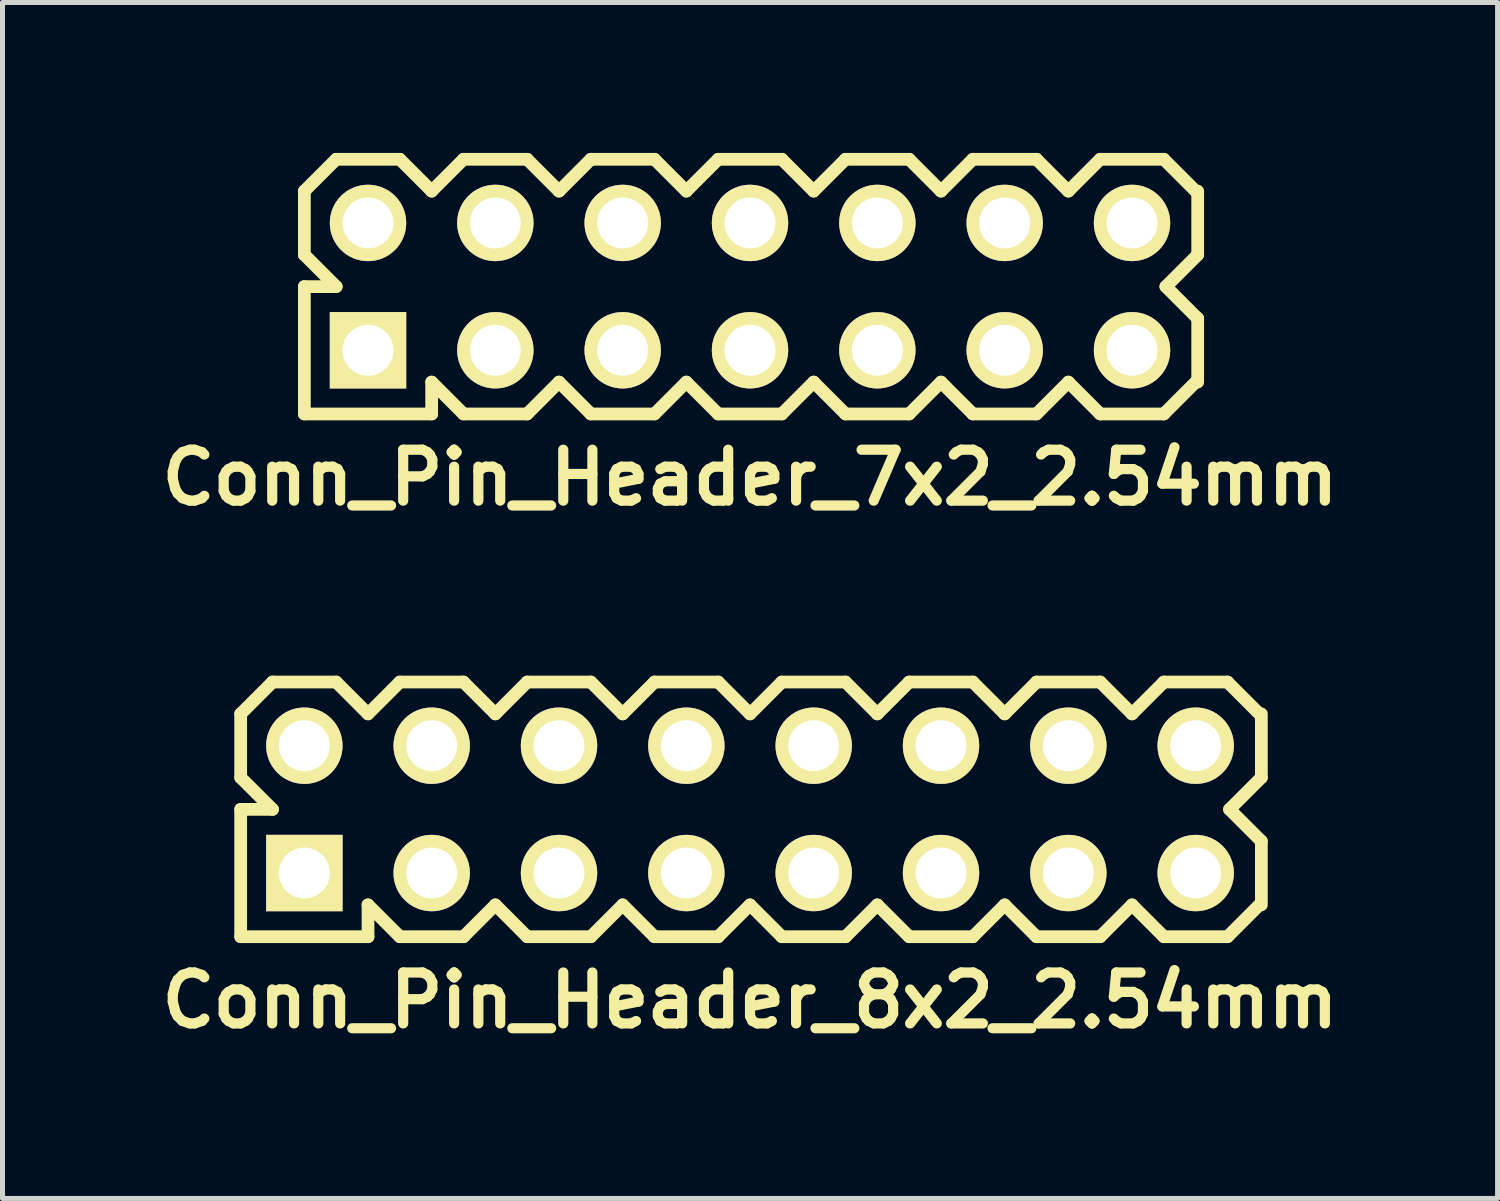
<source format=kicad_pcb>
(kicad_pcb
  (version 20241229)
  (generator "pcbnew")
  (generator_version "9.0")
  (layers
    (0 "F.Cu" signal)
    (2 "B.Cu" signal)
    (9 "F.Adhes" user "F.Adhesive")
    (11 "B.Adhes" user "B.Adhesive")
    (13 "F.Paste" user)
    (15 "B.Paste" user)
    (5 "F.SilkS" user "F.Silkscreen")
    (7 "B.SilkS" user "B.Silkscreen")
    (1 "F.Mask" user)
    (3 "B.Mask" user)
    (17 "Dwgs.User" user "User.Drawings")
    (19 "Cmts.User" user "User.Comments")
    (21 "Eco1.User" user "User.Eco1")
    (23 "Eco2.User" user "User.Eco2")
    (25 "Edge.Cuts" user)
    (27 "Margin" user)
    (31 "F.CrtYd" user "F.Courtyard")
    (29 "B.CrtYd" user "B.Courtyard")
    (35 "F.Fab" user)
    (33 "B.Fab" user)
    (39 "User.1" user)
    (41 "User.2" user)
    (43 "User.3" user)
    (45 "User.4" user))
  (footprint "Conn_Pin_Header_8x2_2.54mm"
    (layer "F.Cu")
    (at 11.911 13.095)
    (property "Reference" "Conn_Pin_Header_8x2_2.54mm" (at 0 3.81 0) (layer "F.SilkS") (effects (font (size 1.016 1.016) (thickness 0.203))))
    (attr through_hole)
    (fp_line (start -10.16 -1.905) (end -9.525 -2.54) (stroke (width 0.254) (type solid)) (layer "F.SilkS"))
    (fp_line (start -10.16 -0.635) (end -10.16 -1.905) (stroke (width 0.254) (type solid)) (layer "F.SilkS"))
    (fp_line (start -10.16 0) (end -9.525 0) (stroke (width 0.254) (type solid)) (layer "F.SilkS"))
    (fp_line (start -10.16 2.54) (end -10.16 0) (stroke (width 0.254) (type solid)) (layer "F.SilkS"))
    (fp_line (start -9.525 -2.54) (end -8.255 -2.54) (stroke (width 0.254) (type solid)) (layer "F.SilkS"))
    (fp_line (start -9.525 0) (end -10.16 -0.635) (stroke (width 0.254) (type solid)) (layer "F.SilkS"))
    (fp_line (start -8.255 -2.54) (end -7.62 -1.905) (stroke (width 0.254) (type solid)) (layer "F.SilkS"))
    (fp_line (start -7.62 -1.905) (end -6.985 -2.54) (stroke (width 0.254) (type solid)) (layer "F.SilkS"))
    (fp_line (start -7.62 2.54) (end -10.16 2.54) (stroke (width 0.254) (type solid)) (layer "F.SilkS"))
    (fp_line (start -7.62 2.54) (end -7.62 1.905) (stroke (width 0.254) (type solid)) (layer "F.SilkS"))
    (fp_line (start -6.985 -2.54) (end -5.715 -2.54) (stroke (width 0.254) (type solid)) (layer "F.SilkS"))
    (fp_line (start -6.985 2.54) (end -7.62 1.905) (stroke (width 0.254) (type solid)) (layer "F.SilkS"))
    (fp_line (start -5.715 -2.54) (end -5.08 -1.905) (stroke (width 0.254) (type solid)) (layer "F.SilkS"))
    (fp_line (start -5.715 2.54) (end -6.985 2.54) (stroke (width 0.254) (type solid)) (layer "F.SilkS"))
    (fp_line (start -5.08 -1.905) (end -4.445 -2.54) (stroke (width 0.254) (type solid)) (layer "F.SilkS"))
    (fp_line (start -5.08 1.905) (end -5.715 2.54) (stroke (width 0.254) (type solid)) (layer "F.SilkS"))
    (fp_line (start -4.445 -2.54) (end -3.175 -2.54) (stroke (width 0.254) (type solid)) (layer "F.SilkS"))
    (fp_line (start -4.445 2.54) (end -5.08 1.905) (stroke (width 0.254) (type solid)) (layer "F.SilkS"))
    (fp_line (start -3.175 -2.54) (end -2.54 -1.905) (stroke (width 0.254) (type solid)) (layer "F.SilkS"))
    (fp_line (start -3.175 2.54) (end -4.445 2.54) (stroke (width 0.254) (type solid)) (layer "F.SilkS"))
    (fp_line (start -2.54 -1.905) (end -1.905 -2.54) (stroke (width 0.254) (type solid)) (layer "F.SilkS"))
    (fp_line (start -2.54 1.905) (end -3.175 2.54) (stroke (width 0.254) (type solid)) (layer "F.SilkS"))
    (fp_line (start -1.905 -2.54) (end -0.635 -2.54) (stroke (width 0.254) (type solid)) (layer "F.SilkS"))
    (fp_line (start -1.905 2.54) (end -2.54 1.905) (stroke (width 0.254) (type solid)) (layer "F.SilkS"))
    (fp_line (start -0.635 -2.54) (end 0 -1.905) (stroke (width 0.254) (type solid)) (layer "F.SilkS"))
    (fp_line (start -0.635 2.54) (end -1.905 2.54) (stroke (width 0.254) (type solid)) (layer "F.SilkS"))
    (fp_line (start 0 -1.905) (end 0.635 -2.54) (stroke (width 0.254) (type solid)) (layer "F.SilkS"))
    (fp_line (start 0 1.905) (end -0.635 2.54) (stroke (width 0.254) (type solid)) (layer "F.SilkS"))
    (fp_line (start 0.635 -2.54) (end 1.905 -2.54) (stroke (width 0.254) (type solid)) (layer "F.SilkS"))
    (fp_line (start 0.635 2.54) (end 0 1.905) (stroke (width 0.254) (type solid)) (layer "F.SilkS"))
    (fp_line (start 1.905 -2.54) (end 2.54 -1.905) (stroke (width 0.254) (type solid)) (layer "F.SilkS"))
    (fp_line (start 1.905 2.54) (end 0.635 2.54) (stroke (width 0.254) (type solid)) (layer "F.SilkS"))
    (fp_line (start 2.54 -1.905) (end 3.175 -2.54) (stroke (width 0.254) (type solid)) (layer "F.SilkS"))
    (fp_line (start 2.54 1.905) (end 1.905 2.54) (stroke (width 0.254) (type solid)) (layer "F.SilkS"))
    (fp_line (start 3.175 -2.54) (end 4.445 -2.54) (stroke (width 0.254) (type solid)) (layer "F.SilkS"))
    (fp_line (start 3.175 2.54) (end 2.54 1.905) (stroke (width 0.254) (type solid)) (layer "F.SilkS"))
    (fp_line (start 4.445 -2.54) (end 5.08 -1.905) (stroke (width 0.254) (type solid)) (layer "F.SilkS"))
    (fp_line (start 4.445 2.54) (end 3.175 2.54) (stroke (width 0.254) (type solid)) (layer "F.SilkS"))
    (fp_line (start 5.08 -1.905) (end 5.715 -2.54) (stroke (width 0.254) (type solid)) (layer "F.SilkS"))
    (fp_line (start 5.08 1.905) (end 4.445 2.54) (stroke (width 0.254) (type solid)) (layer "F.SilkS"))
    (fp_line (start 5.715 -2.54) (end 6.985 -2.54) (stroke (width 0.254) (type solid)) (layer "F.SilkS"))
    (fp_line (start 5.715 2.54) (end 5.08 1.905) (stroke (width 0.254) (type solid)) (layer "F.SilkS"))
    (fp_line (start 6.985 -2.54) (end 7.62 -1.905) (stroke (width 0.254) (type solid)) (layer "F.SilkS"))
    (fp_line (start 6.985 2.54) (end 5.715 2.54) (stroke (width 0.254) (type solid)) (layer "F.SilkS"))
    (fp_line (start 7.62 -1.905) (end 8.255 -2.54) (stroke (width 0.254) (type solid)) (layer "F.SilkS"))
    (fp_line (start 7.62 1.905) (end 6.985 2.54) (stroke (width 0.254) (type solid)) (layer "F.SilkS"))
    (fp_line (start 8.255 -2.54) (end 9.525 -2.54) (stroke (width 0.254) (type solid)) (layer "F.SilkS"))
    (fp_line (start 8.255 2.54) (end 7.62 1.905) (stroke (width 0.254) (type solid)) (layer "F.SilkS"))
    (fp_line (start 9.525 -2.54) (end 10.16 -1.905) (stroke (width 0.254) (type solid)) (layer "F.SilkS"))
    (fp_line (start 9.525 2.54) (end 8.255 2.54) (stroke (width 0.254) (type solid)) (layer "F.SilkS"))
    (fp_line (start 9.565 0) (end 10.2 0.635) (stroke (width 0.254) (type solid)) (layer "F.SilkS"))
    (fp_line (start 10.16 1.905) (end 9.525 2.54) (stroke (width 0.254) (type solid)) (layer "F.SilkS"))
    (fp_line (start 10.2 -1.905) (end 10.2 -0.635) (stroke (width 0.254) (type solid)) (layer "F.SilkS"))
    (fp_line (start 10.2 -0.635) (end 9.565 0) (stroke (width 0.254) (type solid)) (layer "F.SilkS"))
    (fp_line (start 10.2 0.635) (end 10.2 1.905) (stroke (width 0.254) (type solid)) (layer "F.SilkS"))
    (pad "1" thru_hole rect (at -8.89 1.27) (size 1.524 1.524) (drill 1.016) (layers "*.Cu" "*.Mask" "F.SilkS"))
    (pad "2" thru_hole circle (at -8.89 -1.27) (size 1.524 1.524) (drill 1.016) (layers "*.Cu" "*.Mask" "F.SilkS"))
    (pad "3" thru_hole circle (at -6.35 1.27) (size 1.524 1.524) (drill 1.016) (layers "*.Cu" "*.Mask" "F.SilkS"))
    (pad "4" thru_hole circle (at -6.35 -1.27) (size 1.524 1.524) (drill 1.016) (layers "*.Cu" "*.Mask" "F.SilkS"))
    (pad "5" thru_hole circle (at -3.81 1.27) (size 1.524 1.524) (drill 1.016) (layers "*.Cu" "*.Mask" "F.SilkS"))
    (pad "6" thru_hole circle (at -3.81 -1.27) (size 1.524 1.524) (drill 1.016) (layers "*.Cu" "*.Mask" "F.SilkS"))
    (pad "7" thru_hole circle (at -1.27 1.27) (size 1.524 1.524) (drill 1.016) (layers "*.Cu" "*.Mask" "F.SilkS"))
    (pad "8" thru_hole circle (at -1.27 -1.27) (size 1.524 1.524) (drill 1.016) (layers "*.Cu" "*.Mask" "F.SilkS"))
    (pad "9" thru_hole circle (at 1.27 1.27) (size 1.524 1.524) (drill 1.016) (layers "*.Cu" "*.Mask" "F.SilkS"))
    (pad "10" thru_hole circle (at 1.27 -1.27) (size 1.524 1.524) (drill 1.016) (layers "*.Cu" "*.Mask" "F.SilkS"))
    (pad "11" thru_hole circle (at 3.81 1.27) (size 1.524 1.524) (drill 1.016) (layers "*.Cu" "*.Mask" "F.SilkS"))
    (pad "12" thru_hole circle (at 3.81 -1.27) (size 1.524 1.524) (drill 1.016) (layers "*.Cu" "*.Mask" "F.SilkS"))
    (pad "13" thru_hole circle (at 6.35 1.27) (size 1.524 1.524) (drill 1.016) (layers "*.Cu" "*.Mask" "F.SilkS"))
    (pad "14" thru_hole circle (at 6.35 -1.27) (size 1.524 1.524) (drill 1.016) (layers "*.Cu" "*.Mask" "F.SilkS"))
    (pad "15" thru_hole circle (at 8.89 1.27) (size 1.524 1.524) (drill 1.016) (layers "*.Cu" "*.Mask" "F.SilkS"))
    (pad "16" thru_hole circle (at 8.89 -1.27) (size 1.524 1.524) (drill 1.016) (layers "*.Cu" "*.Mask" "F.SilkS")))
  (footprint "Conn_Pin_Header_7x2_2.54mm"
    (layer "F.Cu")
    (at 11.911 2.667)
    (property "Reference" "Conn_Pin_Header_7x2_2.54mm" (at 0 3.81 0) (layer "F.SilkS") (effects (font (size 1.016 1.016) (thickness 0.203))))
    (attr through_hole)
    (fp_line (start -8.89 -1.905) (end -8.255 -2.54) (stroke (width 0.254) (type solid)) (layer "F.SilkS"))
    (fp_line (start -8.89 -0.635) (end -8.89 -1.905) (stroke (width 0.254) (type solid)) (layer "F.SilkS"))
    (fp_line (start -8.89 0) (end -8.255 0) (stroke (width 0.254) (type solid)) (layer "F.SilkS"))
    (fp_line (start -8.89 2.54) (end -8.89 0) (stroke (width 0.254) (type solid)) (layer "F.SilkS"))
    (fp_line (start -8.255 -2.54) (end -6.985 -2.54) (stroke (width 0.254) (type solid)) (layer "F.SilkS"))
    (fp_line (start -8.255 0) (end -8.89 -0.635) (stroke (width 0.254) (type solid)) (layer "F.SilkS"))
    (fp_line (start -6.985 -2.54) (end -6.35 -1.905) (stroke (width 0.254) (type solid)) (layer "F.SilkS"))
    (fp_line (start -6.35 -1.905) (end -5.715 -2.54) (stroke (width 0.254) (type solid)) (layer "F.SilkS"))
    (fp_line (start -6.35 2.54) (end -8.89 2.54) (stroke (width 0.254) (type solid)) (layer "F.SilkS"))
    (fp_line (start -6.35 2.54) (end -6.35 1.905) (stroke (width 0.254) (type solid)) (layer "F.SilkS"))
    (fp_line (start -5.715 -2.54) (end -4.445 -2.54) (stroke (width 0.254) (type solid)) (layer "F.SilkS"))
    (fp_line (start -5.715 2.54) (end -6.35 1.905) (stroke (width 0.254) (type solid)) (layer "F.SilkS"))
    (fp_line (start -4.445 -2.54) (end -3.81 -1.905) (stroke (width 0.254) (type solid)) (layer "F.SilkS"))
    (fp_line (start -4.445 2.54) (end -5.715 2.54) (stroke (width 0.254) (type solid)) (layer "F.SilkS"))
    (fp_line (start -3.81 -1.905) (end -3.175 -2.54) (stroke (width 0.254) (type solid)) (layer "F.SilkS"))
    (fp_line (start -3.81 1.905) (end -4.445 2.54) (stroke (width 0.254) (type solid)) (layer "F.SilkS"))
    (fp_line (start -3.175 -2.54) (end -1.905 -2.54) (stroke (width 0.254) (type solid)) (layer "F.SilkS"))
    (fp_line (start -3.175 2.54) (end -3.81 1.905) (stroke (width 0.254) (type solid)) (layer "F.SilkS"))
    (fp_line (start -1.905 -2.54) (end -1.27 -1.905) (stroke (width 0.254) (type solid)) (layer "F.SilkS"))
    (fp_line (start -1.905 2.54) (end -3.175 2.54) (stroke (width 0.254) (type solid)) (layer "F.SilkS"))
    (fp_line (start -1.27 -1.905) (end -0.635 -2.54) (stroke (width 0.254) (type solid)) (layer "F.SilkS"))
    (fp_line (start -1.27 1.905) (end -1.905 2.54) (stroke (width 0.254) (type solid)) (layer "F.SilkS"))
    (fp_line (start -0.635 -2.54) (end 0.635 -2.54) (stroke (width 0.254) (type solid)) (layer "F.SilkS"))
    (fp_line (start -0.635 2.54) (end -1.27 1.905) (stroke (width 0.254) (type solid)) (layer "F.SilkS"))
    (fp_line (start 0.635 -2.54) (end 1.27 -1.905) (stroke (width 0.254) (type solid)) (layer "F.SilkS"))
    (fp_line (start 0.635 2.54) (end -0.635 2.54) (stroke (width 0.254) (type solid)) (layer "F.SilkS"))
    (fp_line (start 1.27 -1.905) (end 1.905 -2.54) (stroke (width 0.254) (type solid)) (layer "F.SilkS"))
    (fp_line (start 1.27 1.905) (end 0.635 2.54) (stroke (width 0.254) (type solid)) (layer "F.SilkS"))
    (fp_line (start 1.905 -2.54) (end 3.175 -2.54) (stroke (width 0.254) (type solid)) (layer "F.SilkS"))
    (fp_line (start 1.905 2.54) (end 1.27 1.905) (stroke (width 0.254) (type solid)) (layer "F.SilkS"))
    (fp_line (start 3.175 -2.54) (end 3.81 -1.905) (stroke (width 0.254) (type solid)) (layer "F.SilkS"))
    (fp_line (start 3.175 2.54) (end 1.905 2.54) (stroke (width 0.254) (type solid)) (layer "F.SilkS"))
    (fp_line (start 3.81 -1.905) (end 4.445 -2.54) (stroke (width 0.254) (type solid)) (layer "F.SilkS"))
    (fp_line (start 3.81 1.905) (end 3.175 2.54) (stroke (width 0.254) (type solid)) (layer "F.SilkS"))
    (fp_line (start 4.445 -2.54) (end 5.715 -2.54) (stroke (width 0.254) (type solid)) (layer "F.SilkS"))
    (fp_line (start 4.445 2.54) (end 3.81 1.905) (stroke (width 0.254) (type solid)) (layer "F.SilkS"))
    (fp_line (start 5.715 -2.54) (end 6.35 -1.905) (stroke (width 0.254) (type solid)) (layer "F.SilkS"))
    (fp_line (start 5.715 2.54) (end 4.445 2.54) (stroke (width 0.254) (type solid)) (layer "F.SilkS"))
    (fp_line (start 6.35 -1.905) (end 6.985 -2.54) (stroke (width 0.254) (type solid)) (layer "F.SilkS"))
    (fp_line (start 6.35 1.905) (end 5.715 2.54) (stroke (width 0.254) (type solid)) (layer "F.SilkS"))
    (fp_line (start 6.985 -2.54) (end 8.255 -2.54) (stroke (width 0.254) (type solid)) (layer "F.SilkS"))
    (fp_line (start 6.985 2.54) (end 6.35 1.905) (stroke (width 0.254) (type solid)) (layer "F.SilkS"))
    (fp_line (start 8.255 -2.54) (end 8.89 -1.905) (stroke (width 0.254) (type solid)) (layer "F.SilkS"))
    (fp_line (start 8.255 2.54) (end 6.985 2.54) (stroke (width 0.254) (type solid)) (layer "F.SilkS"))
    (fp_line (start 8.295 0) (end 8.93 0.635) (stroke (width 0.254) (type solid)) (layer "F.SilkS"))
    (fp_line (start 8.89 1.905) (end 8.255 2.54) (stroke (width 0.254) (type solid)) (layer "F.SilkS"))
    (fp_line (start 8.93 -1.905) (end 8.93 -0.635) (stroke (width 0.254) (type solid)) (layer "F.SilkS"))
    (fp_line (start 8.93 -0.635) (end 8.295 0) (stroke (width 0.254) (type solid)) (layer "F.SilkS"))
    (fp_line (start 8.93 0.635) (end 8.93 1.905) (stroke (width 0.254) (type solid)) (layer "F.SilkS"))
    (pad "1" thru_hole rect (at -7.62 1.27) (size 1.524 1.524) (drill 1.016) (layers "*.Cu" "*.Mask" "F.SilkS"))
    (pad "2" thru_hole circle (at -7.62 -1.27) (size 1.524 1.524) (drill 1.016) (layers "*.Cu" "*.Mask" "F.SilkS"))
    (pad "3" thru_hole circle (at -5.08 1.27) (size 1.524 1.524) (drill 1.016) (layers "*.Cu" "*.Mask" "F.SilkS"))
    (pad "4" thru_hole circle (at -5.08 -1.27) (size 1.524 1.524) (drill 1.016) (layers "*.Cu" "*.Mask" "F.SilkS"))
    (pad "5" thru_hole circle (at -2.54 1.27) (size 1.524 1.524) (drill 1.016) (layers "*.Cu" "*.Mask" "F.SilkS"))
    (pad "6" thru_hole circle (at -2.54 -1.27) (size 1.524 1.524) (drill 1.016) (layers "*.Cu" "*.Mask" "F.SilkS"))
    (pad "7" thru_hole circle (at 0 1.27) (size 1.524 1.524) (drill 1.016) (layers "*.Cu" "*.Mask" "F.SilkS"))
    (pad "8" thru_hole circle (at 0 -1.27) (size 1.524 1.524) (drill 1.016) (layers "*.Cu" "*.Mask" "F.SilkS"))
    (pad "9" thru_hole circle (at 2.54 1.27) (size 1.524 1.524) (drill 1.016) (layers "*.Cu" "*.Mask" "F.SilkS"))
    (pad "10" thru_hole circle (at 2.54 -1.27) (size 1.524 1.524) (drill 1.016) (layers "*.Cu" "*.Mask" "F.SilkS"))
    (pad "11" thru_hole circle (at 5.08 1.27) (size 1.524 1.524) (drill 1.016) (layers "*.Cu" "*.Mask" "F.SilkS"))
    (pad "12" thru_hole circle (at 5.08 -1.27) (size 1.524 1.524) (drill 1.016) (layers "*.Cu" "*.Mask" "F.SilkS"))
    (pad "13" thru_hole circle (at 7.62 1.27) (size 1.524 1.524) (drill 1.016) (layers "*.Cu" "*.Mask" "F.SilkS"))
    (pad "14" thru_hole circle (at 7.62 -1.27) (size 1.524 1.524) (drill 1.016) (layers "*.Cu" "*.Mask" "F.SilkS")))
  (gr_rect
    (start -3 -3)
    (end 26.823 20.856)
    (stroke (width 0.1) (type default))
    (fill no)
    (layer "Edge.Cuts")))
</source>
